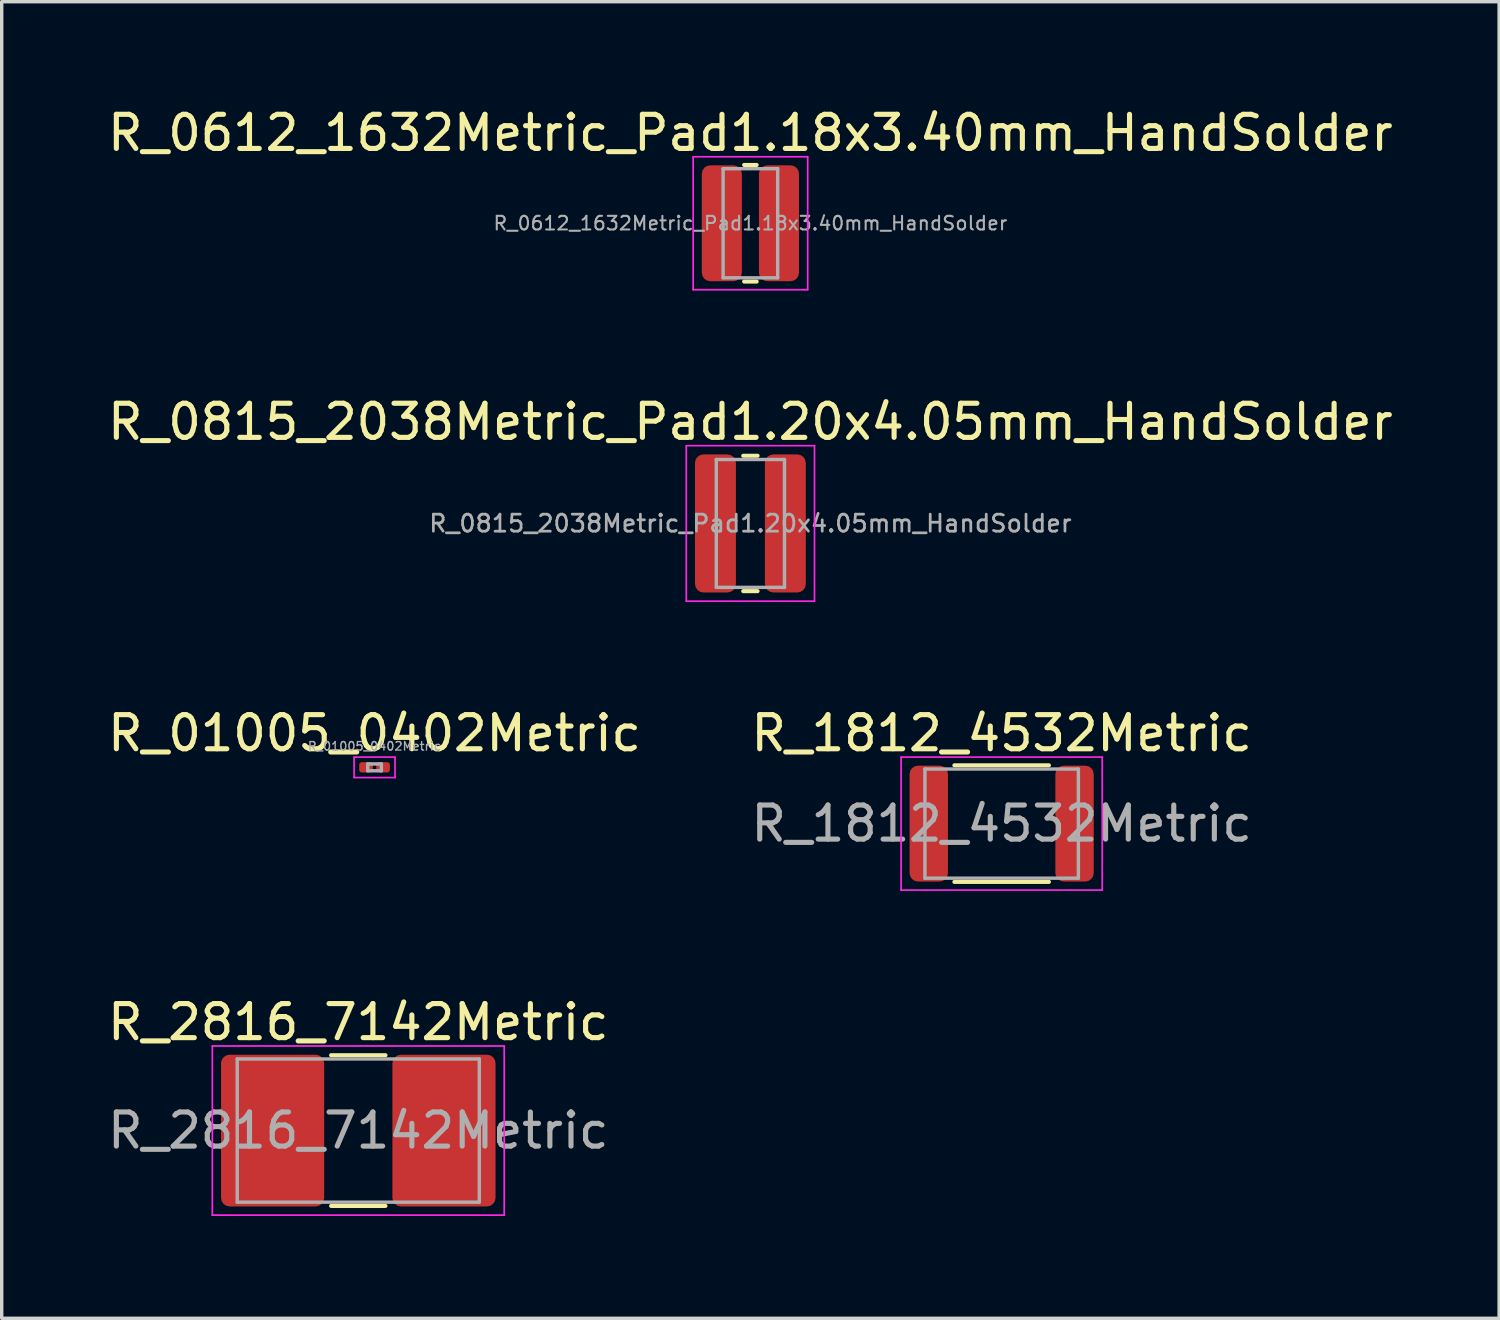
<source format=kicad_pcb>
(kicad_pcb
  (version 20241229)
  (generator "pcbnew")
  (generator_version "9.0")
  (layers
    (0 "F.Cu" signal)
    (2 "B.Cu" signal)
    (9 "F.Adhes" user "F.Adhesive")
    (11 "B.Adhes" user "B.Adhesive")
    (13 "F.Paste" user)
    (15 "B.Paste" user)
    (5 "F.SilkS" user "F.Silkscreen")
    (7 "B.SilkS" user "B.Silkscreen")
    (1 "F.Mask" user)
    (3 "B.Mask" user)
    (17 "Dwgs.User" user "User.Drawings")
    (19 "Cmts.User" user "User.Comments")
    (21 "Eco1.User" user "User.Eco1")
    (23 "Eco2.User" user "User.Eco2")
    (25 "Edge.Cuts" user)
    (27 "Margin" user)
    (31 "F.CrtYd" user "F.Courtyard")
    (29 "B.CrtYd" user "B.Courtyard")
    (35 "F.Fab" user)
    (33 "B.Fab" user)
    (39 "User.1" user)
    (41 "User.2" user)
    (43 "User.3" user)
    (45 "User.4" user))
  (footprint "R_0612_1632Metric_Pad1.18x3.40mm_HandSolder"
    (layer "F.Cu")
    (at 18.958 3.498)
    (property "Reference" "R_0612_1632Metric_Pad1.18x3.40mm_HandSolder" (at 0 -2.65 0) (layer "F.SilkS") (effects (font (size 1 1) (thickness 0.15))))
    (attr smd)
    (fp_line (start -0.183 -1.71) (end 0.183 -1.71) (stroke (width 0.12) (type solid)) (layer "F.SilkS"))
    (fp_line (start -0.183 1.71) (end 0.183 1.71) (stroke (width 0.12) (type solid)) (layer "F.SilkS"))
    (fp_line (start -1.68 -1.95) (end 1.68 -1.95) (stroke (width 0.05) (type solid)) (layer "F.CrtYd"))
    (fp_line (start -1.68 1.95) (end -1.68 -1.95) (stroke (width 0.05) (type solid)) (layer "F.CrtYd"))
    (fp_line (start 1.68 -1.95) (end 1.68 1.95) (stroke (width 0.05) (type solid)) (layer "F.CrtYd"))
    (fp_line (start 1.68 1.95) (end -1.68 1.95) (stroke (width 0.05) (type solid)) (layer "F.CrtYd"))
    (fp_line (start -0.8 -1.6) (end 0.8 -1.6) (stroke (width 0.1) (type solid)) (layer "F.Fab"))
    (fp_line (start -0.8 1.6) (end -0.8 -1.6) (stroke (width 0.1) (type solid)) (layer "F.Fab"))
    (fp_line (start 0.8 -1.6) (end 0.8 1.6) (stroke (width 0.1) (type solid)) (layer "F.Fab"))
    (fp_line (start 0.8 1.6) (end -0.8 1.6) (stroke (width 0.1) (type solid)) (layer "F.Fab"))
    (fp_text user "${REFERENCE}" (at 0 0 0) (layer "F.Fab") (effects (font (size 0.4 0.4) (thickness 0.06))))
    (pad "1" smd roundrect (at -0.838 0) (size 1.175 3.4) (layers "F.Cu" "F.Mask" "F.Paste") (roundrect_rratio 0.213))
    (pad "2" smd roundrect (at 0.838 0) (size 1.175 3.4) (layers "F.Cu" "F.Mask" "F.Paste") (roundrect_rratio 0.213)))
  (footprint "R_2816_7142Metric"
    (layer "F.Cu")
    (at 7.458 30.108)
    (property "Reference" "R_2816_7142Metric" (at 0 -3.18 0) (layer "F.SilkS") (effects (font (size 1 1) (thickness 0.15))))
    (attr smd)
    (fp_line (start -0.797 -2.21) (end 0.797 -2.21) (stroke (width 0.12) (type solid)) (layer "F.SilkS"))
    (fp_line (start -0.797 2.21) (end 0.797 2.21) (stroke (width 0.12) (type solid)) (layer "F.SilkS"))
    (fp_line (start -4.28 -2.48) (end 4.28 -2.48) (stroke (width 0.05) (type solid)) (layer "F.CrtYd"))
    (fp_line (start -4.28 2.48) (end -4.28 -2.48) (stroke (width 0.05) (type solid)) (layer "F.CrtYd"))
    (fp_line (start 4.28 -2.48) (end 4.28 2.48) (stroke (width 0.05) (type solid)) (layer "F.CrtYd"))
    (fp_line (start 4.28 2.48) (end -4.28 2.48) (stroke (width 0.05) (type solid)) (layer "F.CrtYd"))
    (fp_line (start -3.55 -2.1) (end 3.55 -2.1) (stroke (width 0.1) (type solid)) (layer "F.Fab"))
    (fp_line (start -3.55 2.1) (end -3.55 -2.1) (stroke (width 0.1) (type solid)) (layer "F.Fab"))
    (fp_line (start 3.55 -2.1) (end 3.55 2.1) (stroke (width 0.1) (type solid)) (layer "F.Fab"))
    (fp_line (start 3.55 2.1) (end -3.55 2.1) (stroke (width 0.1) (type solid)) (layer "F.Fab"))
    (fp_text user "${REFERENCE}" (at 0 0 0) (layer "F.Fab") (effects (font (size 1 1) (thickness 0.15))))
    (pad "1" smd roundrect (at -2.513 0) (size 3.025 4.45) (layers "F.Cu" "F.Mask" "F.Paste") (roundrect_rratio 0.083))
    (pad "2" smd roundrect (at 2.513 0) (size 3.025 4.45) (layers "F.Cu" "F.Mask" "F.Paste") (roundrect_rratio 0.083)))
  (footprint "R_0815_2038Metric_Pad1.20x4.05mm_HandSolder"
    (layer "F.Cu")
    (at 18.958 12.302)
    (property "Reference" "R_0815_2038Metric_Pad1.20x4.05mm_HandSolder" (at 0 -2.98 0) (layer "F.SilkS") (effects (font (size 1 1) (thickness 0.15))))
    (attr smd)
    (fp_line (start -0.21 -1.985) (end 0.21 -1.985) (stroke (width 0.12) (type solid)) (layer "F.SilkS"))
    (fp_line (start -0.21 1.985) (end 0.21 1.985) (stroke (width 0.12) (type solid)) (layer "F.SilkS"))
    (fp_line (start -1.88 -2.28) (end 1.88 -2.28) (stroke (width 0.05) (type solid)) (layer "F.CrtYd"))
    (fp_line (start -1.88 2.28) (end -1.88 -2.28) (stroke (width 0.05) (type solid)) (layer "F.CrtYd"))
    (fp_line (start 1.88 -2.28) (end 1.88 2.28) (stroke (width 0.05) (type solid)) (layer "F.CrtYd"))
    (fp_line (start 1.88 2.28) (end -1.88 2.28) (stroke (width 0.05) (type solid)) (layer "F.CrtYd"))
    (fp_line (start -1 -1.875) (end 1 -1.875) (stroke (width 0.1) (type solid)) (layer "F.Fab"))
    (fp_line (start -1 1.875) (end -1 -1.875) (stroke (width 0.1) (type solid)) (layer "F.Fab"))
    (fp_line (start 1 -1.875) (end 1 1.875) (stroke (width 0.1) (type solid)) (layer "F.Fab"))
    (fp_line (start 1 1.875) (end -1 1.875) (stroke (width 0.1) (type solid)) (layer "F.Fab"))
    (fp_text user "${REFERENCE}" (at 0 0 0) (layer "F.Fab") (effects (font (size 0.5 0.5) (thickness 0.08))))
    (pad "1" smd roundrect (at -1.025 0) (size 1.2 4.05) (layers "F.Cu" "F.Mask" "F.Paste") (roundrect_rratio 0.208))
    (pad "2" smd roundrect (at 1.025 0) (size 1.2 4.05) (layers "F.Cu" "F.Mask" "F.Paste") (roundrect_rratio 0.208)))
  (footprint "R_1812_4532Metric"
    (layer "F.Cu")
    (at 26.327 21.105)
    (property "Reference" "R_1812_4532Metric" (at 0 -2.65 0) (layer "F.SilkS") (effects (font (size 1 1) (thickness 0.15))))
    (attr smd)
    (fp_line (start -1.386 -1.71) (end 1.386 -1.71) (stroke (width 0.12) (type solid)) (layer "F.SilkS"))
    (fp_line (start -1.386 1.71) (end 1.386 1.71) (stroke (width 0.12) (type solid)) (layer "F.SilkS"))
    (fp_line (start -2.95 -1.95) (end 2.95 -1.95) (stroke (width 0.05) (type solid)) (layer "F.CrtYd"))
    (fp_line (start -2.95 1.95) (end -2.95 -1.95) (stroke (width 0.05) (type solid)) (layer "F.CrtYd"))
    (fp_line (start 2.95 -1.95) (end 2.95 1.95) (stroke (width 0.05) (type solid)) (layer "F.CrtYd"))
    (fp_line (start 2.95 1.95) (end -2.95 1.95) (stroke (width 0.05) (type solid)) (layer "F.CrtYd"))
    (fp_line (start -2.25 -1.6) (end 2.25 -1.6) (stroke (width 0.1) (type solid)) (layer "F.Fab"))
    (fp_line (start -2.25 1.6) (end -2.25 -1.6) (stroke (width 0.1) (type solid)) (layer "F.Fab"))
    (fp_line (start 2.25 -1.6) (end 2.25 1.6) (stroke (width 0.1) (type solid)) (layer "F.Fab"))
    (fp_line (start 2.25 1.6) (end -2.25 1.6) (stroke (width 0.1) (type solid)) (layer "F.Fab"))
    (fp_text user "${REFERENCE}" (at 0 0 0) (layer "F.Fab") (effects (font (size 1 1) (thickness 0.15))))
    (pad "1" smd roundrect (at -2.138 0) (size 1.125 3.4) (layers "F.Cu" "F.Mask" "F.Paste") (roundrect_rratio 0.222))
    (pad "2" smd roundrect (at 2.138 0) (size 1.125 3.4) (layers "F.Cu" "F.Mask" "F.Paste") (roundrect_rratio 0.222)))
  (footprint "R_01005_0402Metric"
    (layer "F.Cu")
    (at 7.935 19.455)
    (property "Reference" "R_01005_0402Metric" (at 0 -1 0) (layer "F.SilkS") (effects (font (size 1 1) (thickness 0.15))))
    (attr smd)
    (fp_line (start -0.6 -0.3) (end 0.6 -0.3) (stroke (width 0.05) (type solid)) (layer "F.CrtYd"))
    (fp_line (start -0.6 0.3) (end -0.6 -0.3) (stroke (width 0.05) (type solid)) (layer "F.CrtYd"))
    (fp_line (start 0.6 -0.3) (end 0.6 0.3) (stroke (width 0.05) (type solid)) (layer "F.CrtYd"))
    (fp_line (start 0.6 0.3) (end -0.6 0.3) (stroke (width 0.05) (type solid)) (layer "F.CrtYd"))
    (fp_line (start -0.2 -0.1) (end 0.2 -0.1) (stroke (width 0.1) (type solid)) (layer "F.Fab"))
    (fp_line (start -0.2 0.1) (end -0.2 -0.1) (stroke (width 0.1) (type solid)) (layer "F.Fab"))
    (fp_line (start 0.2 -0.1) (end 0.2 0.1) (stroke (width 0.1) (type solid)) (layer "F.Fab"))
    (fp_line (start 0.2 0.1) (end -0.2 0.1) (stroke (width 0.1) (type solid)) (layer "F.Fab"))
    (fp_text user "${REFERENCE}" (at 0 -0.62 0) (layer "F.Fab") (effects (font (size 0.25 0.25) (thickness 0.04))))
    (pad "" smd roundrect (at -0.275 0) (size 0.27 0.27) (layers "F.Paste") (roundrect_rratio 0.25))
    (pad "" smd roundrect (at 0.275 0) (size 0.27 0.27) (layers "F.Paste") (roundrect_rratio 0.25))
    (pad "1" smd roundrect (at -0.25 0) (size 0.4 0.3) (layers "F.Cu" "F.Mask") (roundrect_rratio 0.25))
    (pad "2" smd roundrect (at 0.25 0) (size 0.4 0.3) (layers "F.Cu" "F.Mask") (roundrect_rratio 0.25)))
  (gr_rect
    (start -3 -3)
    (end 40.917 35.613)
    (stroke (width 0.1) (type default))
    (fill no)
    (layer "Edge.Cuts")))
</source>
